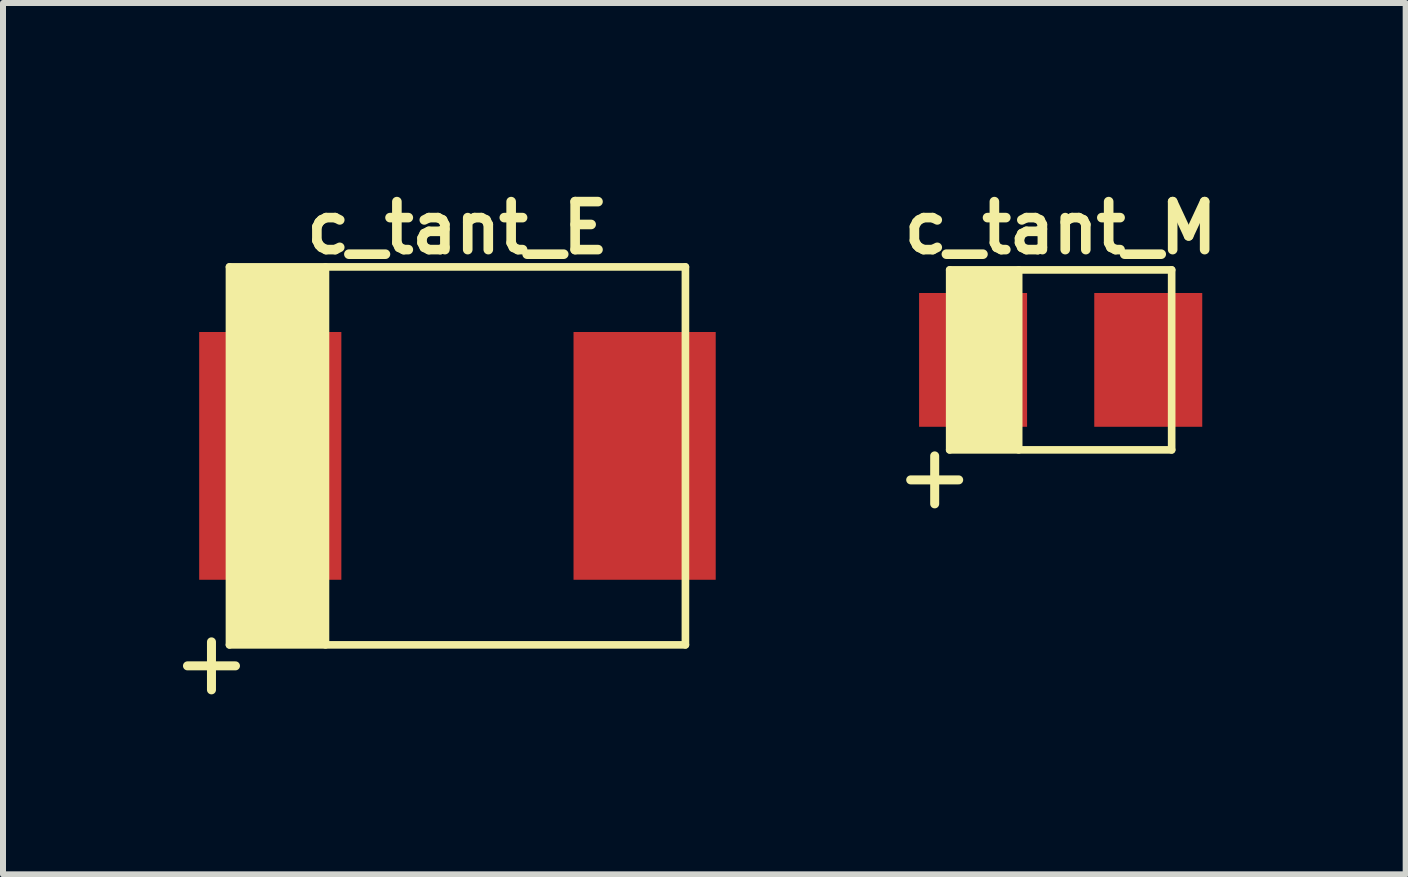
<source format=kicad_pcb>
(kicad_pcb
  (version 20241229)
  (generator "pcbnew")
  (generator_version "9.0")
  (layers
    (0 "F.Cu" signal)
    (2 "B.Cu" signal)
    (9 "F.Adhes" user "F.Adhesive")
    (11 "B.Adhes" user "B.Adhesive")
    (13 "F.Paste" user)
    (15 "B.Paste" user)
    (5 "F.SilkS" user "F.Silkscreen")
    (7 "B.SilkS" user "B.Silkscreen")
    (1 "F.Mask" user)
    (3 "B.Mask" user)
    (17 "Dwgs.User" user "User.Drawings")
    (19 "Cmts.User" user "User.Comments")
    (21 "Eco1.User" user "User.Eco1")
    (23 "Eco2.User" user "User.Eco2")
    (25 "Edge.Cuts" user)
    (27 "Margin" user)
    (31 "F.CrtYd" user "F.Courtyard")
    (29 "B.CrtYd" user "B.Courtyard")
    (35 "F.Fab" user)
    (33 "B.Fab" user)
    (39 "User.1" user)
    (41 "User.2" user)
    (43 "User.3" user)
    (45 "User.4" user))
  (footprint "c_tant_M"
    (layer "F.Cu")
    (at 14.63 2.949)
    (property "Reference" "c_tant_M" (at 0 -2.2 0) (layer "F.SilkS") (effects (font (size 0.8 0.8) (thickness 0.16))))
    (attr through_hole)
    (fp_line (start -2.5 2) (end -1.7 2) (stroke (width 0.15) (type solid)) (layer "F.SilkS"))
    (fp_line (start -2.1 1.6) (end -2.1 2.4) (stroke (width 0.15) (type solid)) (layer "F.SilkS"))
    (fp_line (start -1.85 -1.5) (end -1.85 1.5) (stroke (width 0.127) (type solid)) (layer "F.SilkS"))
    (fp_line (start -1.85 1.5) (end 1.85 1.5) (stroke (width 0.127) (type solid)) (layer "F.SilkS"))
    (fp_line (start -0.7 -1.5) (end -0.7 1.5) (stroke (width 0.127) (type solid)) (layer "F.SilkS"))
    (fp_line (start 1.85 -1.5) (end -1.85 -1.5) (stroke (width 0.127) (type solid)) (layer "F.SilkS"))
    (fp_line (start 1.85 1.5) (end 1.85 -1.5) (stroke (width 0.127) (type solid)) (layer "F.SilkS"))
    (fp_poly (pts (xy -1.8 -1.5) (xy -0.7 -1.5) (xy -0.7 1.5) (xy -1.8 1.5)) (stroke (width 0.01) (type solid)) (fill yes) (layer "F.SilkS"))
    (pad "1" smd rect (at -1.46 0) (size 1.8 2.23) (layers "F.Cu" "F.Mask" "F.Paste"))
    (pad "2" smd rect (at 1.46 0) (size 1.8 2.23) (layers "F.Cu" "F.Mask" "F.Paste")))
  (footprint "c_tant_E"
    (layer "F.Cu")
    (at 4.575 4.549)
    (property "Reference" "c_tant_E" (at 0 -3.8 0) (layer "F.SilkS") (effects (font (size 0.8 0.8) (thickness 0.16))))
    (attr through_hole)
    (fp_line (start -4.5 3.5) (end -3.7 3.5) (stroke (width 0.15) (type solid)) (layer "F.SilkS"))
    (fp_line (start -4.1 3.1) (end -4.1 3.9) (stroke (width 0.15) (type solid)) (layer "F.SilkS"))
    (fp_line (start -3.8 -3.15) (end -3.8 3.15) (stroke (width 0.127) (type solid)) (layer "F.SilkS"))
    (fp_line (start -3.8 3.15) (end 3.8 3.15) (stroke (width 0.127) (type solid)) (layer "F.SilkS"))
    (fp_line (start -2.2 3.15) (end -2.2 -3.15) (stroke (width 0.127) (type solid)) (layer "F.SilkS"))
    (fp_line (start 3.8 -3.15) (end -3.8 -3.15) (stroke (width 0.127) (type solid)) (layer "F.SilkS"))
    (fp_line (start 3.8 -3.15) (end 3.8 3.15) (stroke (width 0.127) (type solid)) (layer "F.SilkS"))
    (fp_poly (pts (xy -3.8 -3.1) (xy -2.2 -3.1) (xy -2.2 3.1) (xy -3.8 3.1)) (stroke (width 0.01) (type solid)) (fill yes) (layer "F.SilkS"))
    (pad "1" smd rect (at -3.12 0) (size 2.37 4.13) (layers "F.Cu" "F.Mask" "F.Paste"))
    (pad "2" smd rect (at 3.12 0) (size 2.37 4.13) (layers "F.Cu" "F.Mask" "F.Paste")))
  (gr_rect
    (start -3 -3)
    (end 20.381 11.524)
    (stroke (width 0.1) (type default))
    (fill no)
    (layer "Edge.Cuts")))
</source>
